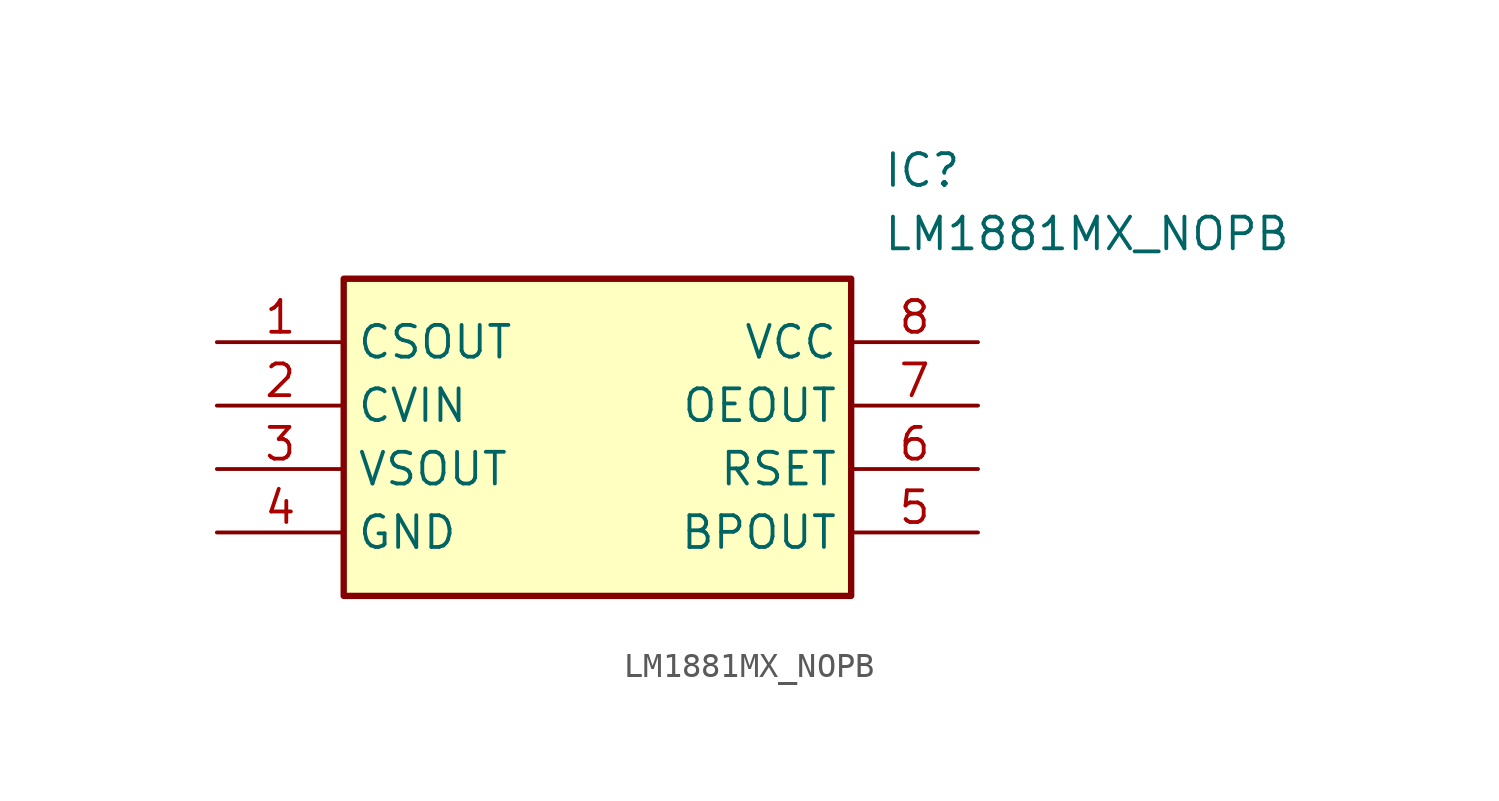
<source format=kicad_sym>
(kicad_symbol_lib
  (version 20211014)
  (generator SamacSys_ECAD_Model)
  (symbol "LM1881MX_NOPB"
    (property "Reference" "IC"
      (at 26.67 7.62 0)
      (effects (font (size 1.27 1.27)) (justify left top)))
    (property "Value" "LM1881MX_NOPB"
      (at 26.67 5.08 0)
      (effects (font (size 1.27 1.27)) (justify left top)))
    (rectangle
      (start 5.08 2.54)
      (end 25.4 -10.16)
      (stroke (width 0.254) (type default))
      (fill (type background)))
    (pin passive line
      (at 0 0 0)
      (length 5.08)
      (name "CSOUT" (effects (font (size 1.27 1.27))))
      (number "1" (effects (font (size 1.27 1.27)))))
    (pin passive line
      (at 0 -2.54 0)
      (length 5.08)
      (name "CVIN" (effects (font (size 1.27 1.27))))
      (number "2" (effects (font (size 1.27 1.27)))))
    (pin passive line
      (at 0 -5.08 0)
      (length 5.08)
      (name "VSOUT" (effects (font (size 1.27 1.27))))
      (number "3" (effects (font (size 1.27 1.27)))))
    (pin passive line
      (at 0 -7.62 0)
      (length 5.08)
      (name "GND" (effects (font (size 1.27 1.27))))
      (number "4" (effects (font (size 1.27 1.27)))))
    (pin passive line
      (at 30.48 0 180)
      (length 5.08)
      (name "VCC" (effects (font (size 1.27 1.27))))
      (number "8" (effects (font (size 1.27 1.27)))))
    (pin passive line
      (at 30.48 -2.54 180)
      (length 5.08)
      (name "OEOUT" (effects (font (size 1.27 1.27))))
      (number "7" (effects (font (size 1.27 1.27)))))
    (pin passive line
      (at 30.48 -5.08 180)
      (length 5.08)
      (name "RSET" (effects (font (size 1.27 1.27))))
      (number "6" (effects (font (size 1.27 1.27)))))
    (pin passive line
      (at 30.48 -7.62 180)
      (length 5.08)
      (name "BPOUT" (effects (font (size 1.27 1.27))))
      (number "5" (effects (font (size 1.27 1.27)))))))
</source>
